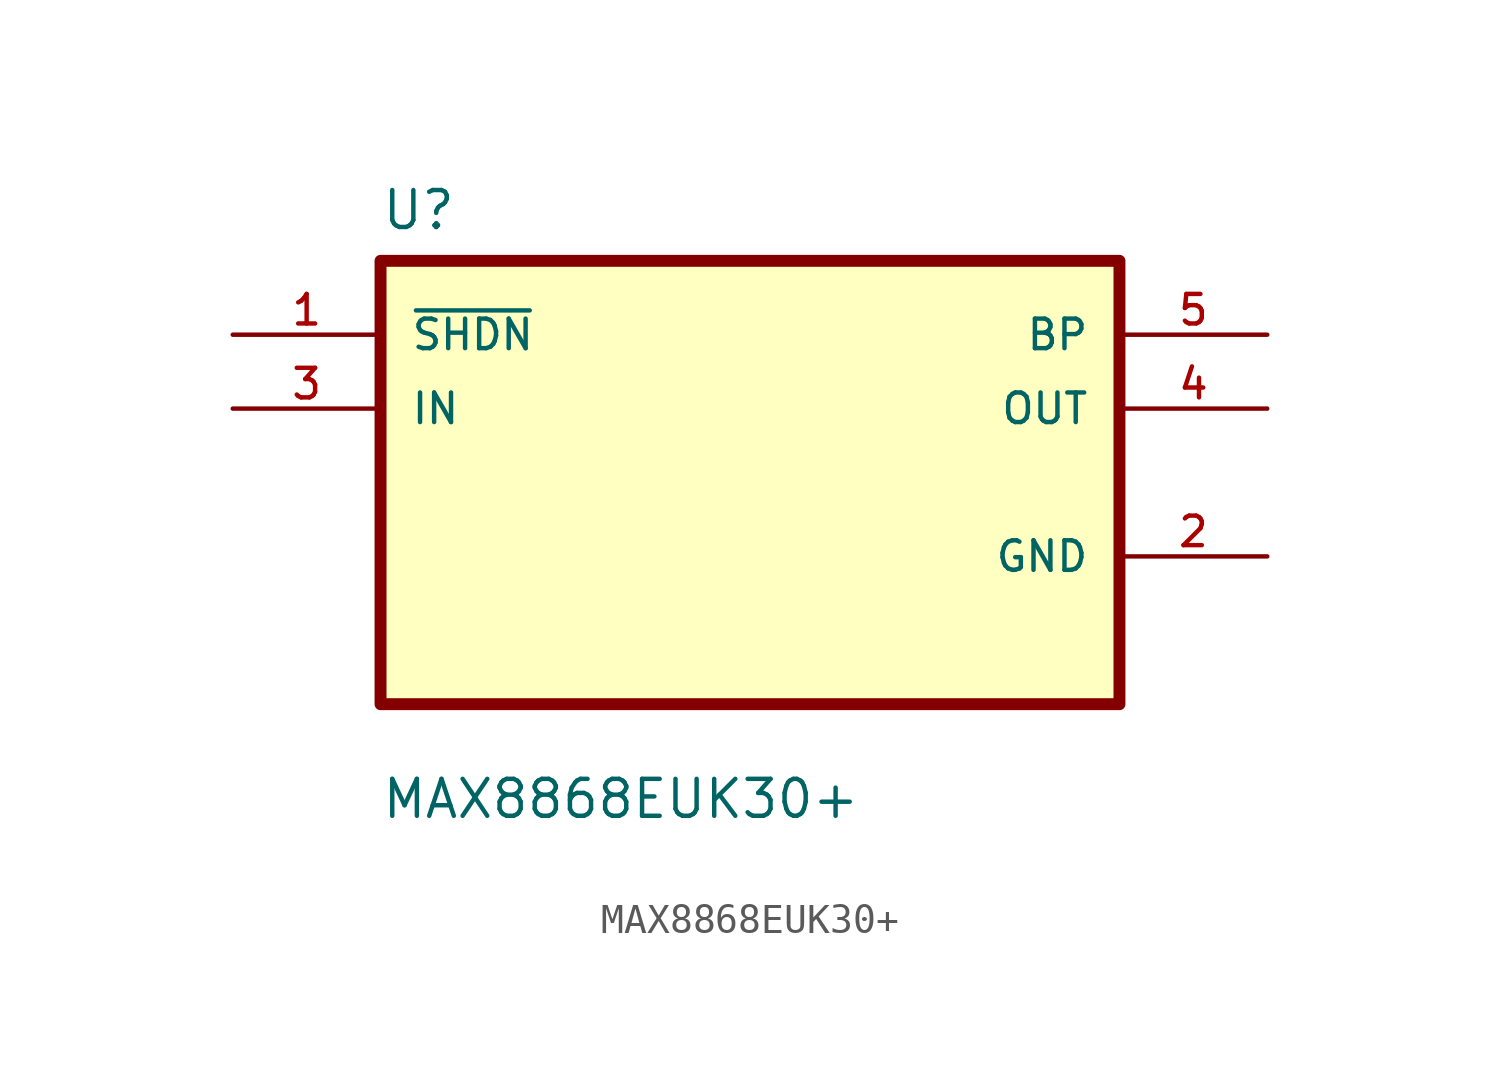
<source format=kicad_sym>
(kicad_symbol_lib
  (version 20211014)
  (generator kicad_symbol_editor)
  (symbol "MAX8868EUK30+"
    (pin_names
      (offset 1.016))
    (property "Reference" "U"
      (at -12.7 8.62 0.0)
      (effects (font (size 1.27 1.27)) (justify bottom left)))
    (property "Value" "MAX8868EUK30+"
      (at -12.7 -11.62 0.0)
      (effects (font (size 1.27 1.27)) (justify bottom left)))
    (symbol "MAX8868EUK30+_0_0"
      (rectangle (start -12.7 -7.62) (end 12.7 7.62) (stroke (width 0.41)) (fill (type background)))
      (pin input line (at -17.78 5.08 0) (length 5.08) (name "~{SHDN}" (effects (font (size 1.016 1.016)))) (number "1" (effects (font (size 1.016 1.016)))))
      (pin input line (at -17.78 2.54 0) (length 5.08) (name "IN" (effects (font (size 1.016 1.016)))) (number "3" (effects (font (size 1.016 1.016)))))
      (pin output line (at 17.78 5.08 180.0) (length 5.08) (name "BP" (effects (font (size 1.016 1.016)))) (number "5" (effects (font (size 1.016 1.016)))))
      (pin output line (at 17.78 2.54 180.0) (length 5.08) (name "OUT" (effects (font (size 1.016 1.016)))) (number "4" (effects (font (size 1.016 1.016)))))
      (pin power_in line (at 17.78 -2.54 180.0) (length 5.08) (name "GND" (effects (font (size 1.016 1.016)))) (number "2" (effects (font (size 1.016 1.016))))))))
</source>
